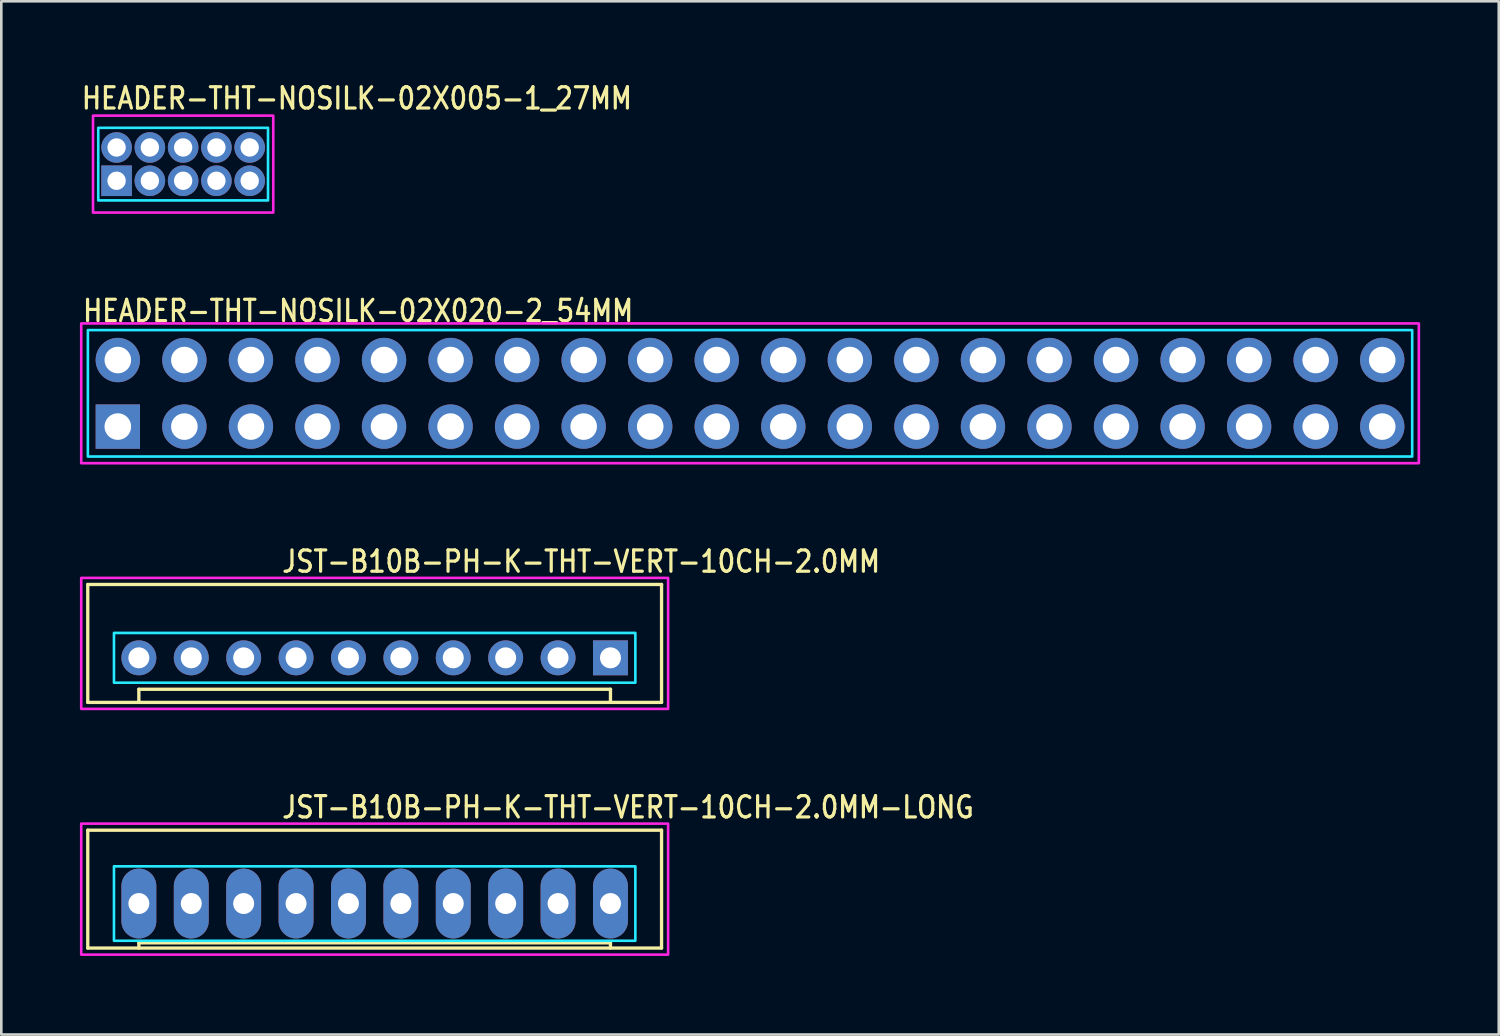
<source format=kicad_pcb>
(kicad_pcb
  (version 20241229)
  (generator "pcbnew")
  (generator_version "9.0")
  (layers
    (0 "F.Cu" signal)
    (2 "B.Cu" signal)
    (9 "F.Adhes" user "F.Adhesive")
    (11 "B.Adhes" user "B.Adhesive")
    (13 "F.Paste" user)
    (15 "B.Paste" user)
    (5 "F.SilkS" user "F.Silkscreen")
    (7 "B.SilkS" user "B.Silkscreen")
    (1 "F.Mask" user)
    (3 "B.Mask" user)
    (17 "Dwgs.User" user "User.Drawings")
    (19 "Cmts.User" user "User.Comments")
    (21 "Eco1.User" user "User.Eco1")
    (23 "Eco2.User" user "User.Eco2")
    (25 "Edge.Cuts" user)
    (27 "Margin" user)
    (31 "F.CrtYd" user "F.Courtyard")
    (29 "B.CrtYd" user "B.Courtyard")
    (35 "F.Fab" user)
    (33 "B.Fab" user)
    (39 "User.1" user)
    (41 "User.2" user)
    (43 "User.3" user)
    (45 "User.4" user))
  (footprint "JST-B10B-PH-K-THT-VERT-10CH-2.0MM"
    (layer "F.Cu")
    (at 11.25 22.058)
    (property "Reference" "JST-B10B-PH-K-THT-VERT-10CH-2.0MM" (at -3.6 -3.2 0) (unlocked yes) (layer "F.SilkS") (effects (font (size 0.813 0.695) (thickness 0.122)) (justify left bottom)))
    (fp_line (start -10.95 -2.8) (end -10.95 1.7) (stroke (width 0.127) (type solid)) (layer "F.SilkS"))
    (fp_line (start -10.95 -2.8) (end 10.95 -2.8) (stroke (width 0.127) (type solid)) (layer "F.SilkS"))
    (fp_line (start -10.95 1.7) (end 10.95 1.7) (stroke (width 0.127) (type solid)) (layer "F.SilkS"))
    (fp_line (start -9 1.7) (end -9 1.2) (stroke (width 0.127) (type solid)) (layer "F.SilkS"))
    (fp_line (start 9 1.2) (end -9 1.2) (stroke (width 0.127) (type solid)) (layer "F.SilkS"))
    (fp_line (start 9 1.7) (end 9 1.2) (stroke (width 0.127) (type solid)) (layer "F.SilkS"))
    (fp_line (start 10.95 1.7) (end 10.95 -2.8) (stroke (width 0.127) (type solid)) (layer "F.SilkS"))
    (fp_poly (pts (xy -9.95 -0.95) (xy -9.95 0.95) (xy 9.95 0.95) (xy 9.95 -0.95)) (stroke (width 0.1) (type solid)) (fill no) (layer "B.CrtYd"))
    (fp_poly (pts (xy -11.2 1.95) (xy -11.2 -3.05) (xy 11.2 -3.05) (xy 11.2 1.95)) (stroke (width 0.1) (type solid)) (fill no) (layer "F.CrtYd"))
    (pad "P$1" thru_hole rect (at 9 0) (size 1.333 1.333) (drill 0.8) (layers "*.Cu" "*.Mask"))
    (pad "P$2" thru_hole oval (at 7 0) (size 1.333 1.333) (drill 0.8) (layers "*.Cu" "*.Mask"))
    (pad "P$3" thru_hole oval (at 5 0) (size 1.333 1.333) (drill 0.8) (layers "*.Cu" "*.Mask"))
    (pad "P$4" thru_hole oval (at 3 0) (size 1.333 1.333) (drill 0.8) (layers "*.Cu" "*.Mask"))
    (pad "P$5" thru_hole oval (at 1 0) (size 1.333 1.333) (drill 0.8) (layers "*.Cu" "*.Mask"))
    (pad "P$6" thru_hole oval (at -1 0) (size 1.333 1.333) (drill 0.8) (layers "*.Cu" "*.Mask"))
    (pad "P$7" thru_hole oval (at -3 0) (size 1.333 1.333) (drill 0.8) (layers "*.Cu" "*.Mask"))
    (pad "P$8" thru_hole oval (at -5 0) (size 1.333 1.333) (drill 0.8) (layers "*.Cu" "*.Mask"))
    (pad "P$9" thru_hole oval (at -7 0) (size 1.333 1.333) (drill 0.8) (layers "*.Cu" "*.Mask"))
    (pad "P$10" thru_hole oval (at -9 0) (size 1.333 1.333) (drill 0.8) (layers "*.Cu" "*.Mask")))
  (footprint "JST-B10B-PH-K-THT-VERT-10CH-2.0MM-LONG"
    (layer "F.Cu")
    (at 11.25 31.436)
    (property "Reference" "JST-B10B-PH-K-THT-VERT-10CH-2.0MM-LONG" (at -3.6 -3.2 0) (unlocked yes) (layer "F.SilkS") (effects (font (size 0.813 0.695) (thickness 0.122)) (justify left bottom)))
    (fp_line (start -10.95 -2.8) (end -10.95 1.7) (stroke (width 0.127) (type solid)) (layer "F.SilkS"))
    (fp_line (start -10.95 -2.8) (end 10.95 -2.8) (stroke (width 0.127) (type solid)) (layer "F.SilkS"))
    (fp_line (start -10.95 1.7) (end 10.95 1.7) (stroke (width 0.127) (type solid)) (layer "F.SilkS"))
    (fp_line (start -9 1.7) (end -9 1.5) (stroke (width 0.127) (type solid)) (layer "F.SilkS"))
    (fp_line (start 9 1.5) (end -9 1.5) (stroke (width 0.127) (type solid)) (layer "F.SilkS"))
    (fp_line (start 9 1.7) (end 9 1.5) (stroke (width 0.127) (type solid)) (layer "F.SilkS"))
    (fp_line (start 10.95 1.7) (end 10.95 -2.8) (stroke (width 0.127) (type solid)) (layer "F.SilkS"))
    (fp_poly (pts (xy -9.95 -1.42) (xy -9.95 1.42) (xy 9.95 1.42) (xy 9.95 -1.42)) (stroke (width 0.1) (type solid)) (fill no) (layer "B.CrtYd"))
    (fp_poly (pts (xy -11.2 1.95) (xy -11.2 -3.05) (xy 11.2 -3.05) (xy 11.2 1.95)) (stroke (width 0.1) (type solid)) (fill no) (layer "F.CrtYd"))
    (pad "P$1" thru_hole oval (at 9 0 90) (size 2.667 1.333) (drill 0.8) (layers "*.Cu" "*.Mask"))
    (pad "P$2" thru_hole oval (at 7 0 90) (size 2.667 1.333) (drill 0.8) (layers "*.Cu" "*.Mask"))
    (pad "P$3" thru_hole oval (at 5 0 90) (size 2.667 1.333) (drill 0.8) (layers "*.Cu" "*.Mask"))
    (pad "P$4" thru_hole oval (at 3 0 90) (size 2.667 1.333) (drill 0.8) (layers "*.Cu" "*.Mask"))
    (pad "P$5" thru_hole oval (at 1 0 90) (size 2.667 1.333) (drill 0.8) (layers "*.Cu" "*.Mask"))
    (pad "P$6" thru_hole oval (at -1 0 90) (size 2.667 1.333) (drill 0.8) (layers "*.Cu" "*.Mask"))
    (pad "P$7" thru_hole oval (at -3 0 90) (size 2.667 1.333) (drill 0.8) (layers "*.Cu" "*.Mask"))
    (pad "P$8" thru_hole oval (at -5 0 90) (size 2.667 1.333) (drill 0.8) (layers "*.Cu" "*.Mask"))
    (pad "P$9" thru_hole oval (at -7 0 90) (size 2.667 1.333) (drill 0.8) (layers "*.Cu" "*.Mask"))
    (pad "P$10" thru_hole oval (at -9 0 90) (size 2.667 1.333) (drill 0.8) (layers "*.Cu" "*.Mask")))
  (footprint "HEADER-THT-NOSILK-02X005-1_27MM"
    (layer "F.Cu")
    (at 1.4 3.849)
    (property "Reference" "HEADER-THT-NOSILK-02X005-1_27MM" (at -1.4 -2.67 0) (unlocked yes) (layer "F.SilkS") (effects (font (size 0.813 0.695) (thickness 0.122)) (justify left bottom)))
    (fp_poly (pts (xy -0.7 -2.02) (xy 5.78 -2.02) (xy 5.78 0.75) (xy -0.7 0.75)) (stroke (width 0.1) (type solid)) (fill no) (layer "B.CrtYd"))
    (fp_poly (pts (xy -0.9 -2.485) (xy 5.98 -2.485) (xy 5.98 1.215) (xy -0.9 1.215)) (stroke (width 0.1) (type solid)) (fill no) (layer "F.CrtYd"))
    (pad "P$1" thru_hole rect (at 0 0) (size 1.167 1.167) (drill 0.7) (layers "*.Cu" "*.Mask"))
    (pad "P$2" thru_hole oval (at 0 -1.27) (size 1.167 1.167) (drill 0.7) (layers "*.Cu" "*.Mask"))
    (pad "P$3" thru_hole oval (at 1.27 0) (size 1.167 1.167) (drill 0.7) (layers "*.Cu" "*.Mask"))
    (pad "P$4" thru_hole oval (at 1.27 -1.27) (size 1.167 1.167) (drill 0.7) (layers "*.Cu" "*.Mask"))
    (pad "P$5" thru_hole oval (at 2.54 0) (size 1.167 1.167) (drill 0.7) (layers "*.Cu" "*.Mask"))
    (pad "P$6" thru_hole oval (at 2.54 -1.27) (size 1.167 1.167) (drill 0.7) (layers "*.Cu" "*.Mask"))
    (pad "P$7" thru_hole oval (at 3.81 0) (size 1.167 1.167) (drill 0.7) (layers "*.Cu" "*.Mask"))
    (pad "P$8" thru_hole oval (at 3.81 -1.27) (size 1.167 1.167) (drill 0.7) (layers "*.Cu" "*.Mask"))
    (pad "P$9" thru_hole oval (at 5.08 0) (size 1.167 1.167) (drill 0.7) (layers "*.Cu" "*.Mask"))
    (pad "P$10" thru_hole oval (at 5.08 -1.27) (size 1.167 1.167) (drill 0.7) (layers "*.Cu" "*.Mask")))
  (footprint "HEADER-THT-NOSILK-02X020-2_54MM"
    (layer "F.Cu")
    (at 1.447 13.232)
    (property "Reference" "HEADER-THT-NOSILK-02X020-2_54MM" (at -1.4 -3.94 0) (unlocked yes) (layer "F.SilkS") (effects (font (size 0.813 0.695) (thickness 0.122)) (justify left bottom)))
    (fp_poly (pts (xy -1.143 -3.683) (xy 49.403 -3.683) (xy 49.403 1.143) (xy -1.143 1.143)) (stroke (width 0.1) (type solid)) (fill no) (layer "B.CrtYd"))
    (fp_poly (pts (xy -1.397 -3.937) (xy 49.657 -3.937) (xy 49.657 1.397) (xy -1.397 1.397)) (stroke (width 0.1) (type solid)) (fill no) (layer "F.CrtYd"))
    (pad "P$1" thru_hole rect (at 0 0) (size 1.693 1.693) (drill 1.016) (layers "*.Cu" "*.Mask"))
    (pad "P$2" thru_hole oval (at 0 -2.54) (size 1.693 1.693) (drill 1.016) (layers "*.Cu" "*.Mask"))
    (pad "P$3" thru_hole oval (at 2.54 0) (size 1.693 1.693) (drill 1.016) (layers "*.Cu" "*.Mask"))
    (pad "P$4" thru_hole oval (at 2.54 -2.54) (size 1.693 1.693) (drill 1.016) (layers "*.Cu" "*.Mask"))
    (pad "P$5" thru_hole oval (at 5.08 0) (size 1.693 1.693) (drill 1.016) (layers "*.Cu" "*.Mask"))
    (pad "P$6" thru_hole oval (at 5.08 -2.54) (size 1.693 1.693) (drill 1.016) (layers "*.Cu" "*.Mask"))
    (pad "P$7" thru_hole oval (at 7.62 0) (size 1.693 1.693) (drill 1.016) (layers "*.Cu" "*.Mask"))
    (pad "P$8" thru_hole oval (at 7.62 -2.54) (size 1.693 1.693) (drill 1.016) (layers "*.Cu" "*.Mask"))
    (pad "P$9" thru_hole oval (at 10.16 0) (size 1.693 1.693) (drill 1.016) (layers "*.Cu" "*.Mask"))
    (pad "P$10" thru_hole oval (at 10.16 -2.54) (size 1.693 1.693) (drill 1.016) (layers "*.Cu" "*.Mask"))
    (pad "P$11" thru_hole oval (at 12.7 0) (size 1.693 1.693) (drill 1.016) (layers "*.Cu" "*.Mask"))
    (pad "P$12" thru_hole oval (at 12.7 -2.54) (size 1.693 1.693) (drill 1.016) (layers "*.Cu" "*.Mask"))
    (pad "P$13" thru_hole oval (at 15.24 0) (size 1.693 1.693) (drill 1.016) (layers "*.Cu" "*.Mask"))
    (pad "P$14" thru_hole oval (at 15.24 -2.54) (size 1.693 1.693) (drill 1.016) (layers "*.Cu" "*.Mask"))
    (pad "P$15" thru_hole oval (at 17.78 0) (size 1.693 1.693) (drill 1.016) (layers "*.Cu" "*.Mask"))
    (pad "P$16" thru_hole oval (at 17.78 -2.54) (size 1.693 1.693) (drill 1.016) (layers "*.Cu" "*.Mask"))
    (pad "P$17" thru_hole oval (at 20.32 0) (size 1.693 1.693) (drill 1.016) (layers "*.Cu" "*.Mask"))
    (pad "P$18" thru_hole oval (at 20.32 -2.54) (size 1.693 1.693) (drill 1.016) (layers "*.Cu" "*.Mask"))
    (pad "P$19" thru_hole oval (at 22.86 0) (size 1.693 1.693) (drill 1.016) (layers "*.Cu" "*.Mask"))
    (pad "P$20" thru_hole oval (at 22.86 -2.54) (size 1.693 1.693) (drill 1.016) (layers "*.Cu" "*.Mask"))
    (pad "P$21" thru_hole oval (at 25.4 0) (size 1.693 1.693) (drill 1.016) (layers "*.Cu" "*.Mask"))
    (pad "P$22" thru_hole oval (at 25.4 -2.54) (size 1.693 1.693) (drill 1.016) (layers "*.Cu" "*.Mask"))
    (pad "P$23" thru_hole oval (at 27.94 0) (size 1.693 1.693) (drill 1.016) (layers "*.Cu" "*.Mask"))
    (pad "P$24" thru_hole oval (at 27.94 -2.54) (size 1.693 1.693) (drill 1.016) (layers "*.Cu" "*.Mask"))
    (pad "P$25" thru_hole oval (at 30.48 0) (size 1.693 1.693) (drill 1.016) (layers "*.Cu" "*.Mask"))
    (pad "P$26" thru_hole oval (at 30.48 -2.54) (size 1.693 1.693) (drill 1.016) (layers "*.Cu" "*.Mask"))
    (pad "P$27" thru_hole oval (at 33.02 0) (size 1.693 1.693) (drill 1.016) (layers "*.Cu" "*.Mask"))
    (pad "P$28" thru_hole oval (at 33.02 -2.54) (size 1.693 1.693) (drill 1.016) (layers "*.Cu" "*.Mask"))
    (pad "P$29" thru_hole oval (at 35.56 0) (size 1.693 1.693) (drill 1.016) (layers "*.Cu" "*.Mask"))
    (pad "P$30" thru_hole oval (at 35.56 -2.54) (size 1.693 1.693) (drill 1.016) (layers "*.Cu" "*.Mask"))
    (pad "P$31" thru_hole oval (at 38.1 0) (size 1.693 1.693) (drill 1.016) (layers "*.Cu" "*.Mask"))
    (pad "P$32" thru_hole oval (at 38.1 -2.54) (size 1.693 1.693) (drill 1.016) (layers "*.Cu" "*.Mask"))
    (pad "P$33" thru_hole oval (at 40.64 0) (size 1.693 1.693) (drill 1.016) (layers "*.Cu" "*.Mask"))
    (pad "P$34" thru_hole oval (at 40.64 -2.54) (size 1.693 1.693) (drill 1.016) (layers "*.Cu" "*.Mask"))
    (pad "P$35" thru_hole oval (at 43.18 0) (size 1.693 1.693) (drill 1.016) (layers "*.Cu" "*.Mask"))
    (pad "P$36" thru_hole oval (at 43.18 -2.54) (size 1.693 1.693) (drill 1.016) (layers "*.Cu" "*.Mask"))
    (pad "P$37" thru_hole oval (at 45.72 0) (size 1.693 1.693) (drill 1.016) (layers "*.Cu" "*.Mask"))
    (pad "P$38" thru_hole oval (at 45.72 -2.54) (size 1.693 1.693) (drill 1.016) (layers "*.Cu" "*.Mask"))
    (pad "P$39" thru_hole oval (at 48.26 0) (size 1.693 1.693) (drill 1.016) (layers "*.Cu" "*.Mask"))
    (pad "P$40" thru_hole oval (at 48.26 -2.54) (size 1.693 1.693) (drill 1.016) (layers "*.Cu" "*.Mask")))
  (gr_rect
    (start -3 -3)
    (end 54.154 36.436)
    (stroke (width 0.1) (type default))
    (fill no)
    (layer "Edge.Cuts")))
</source>
